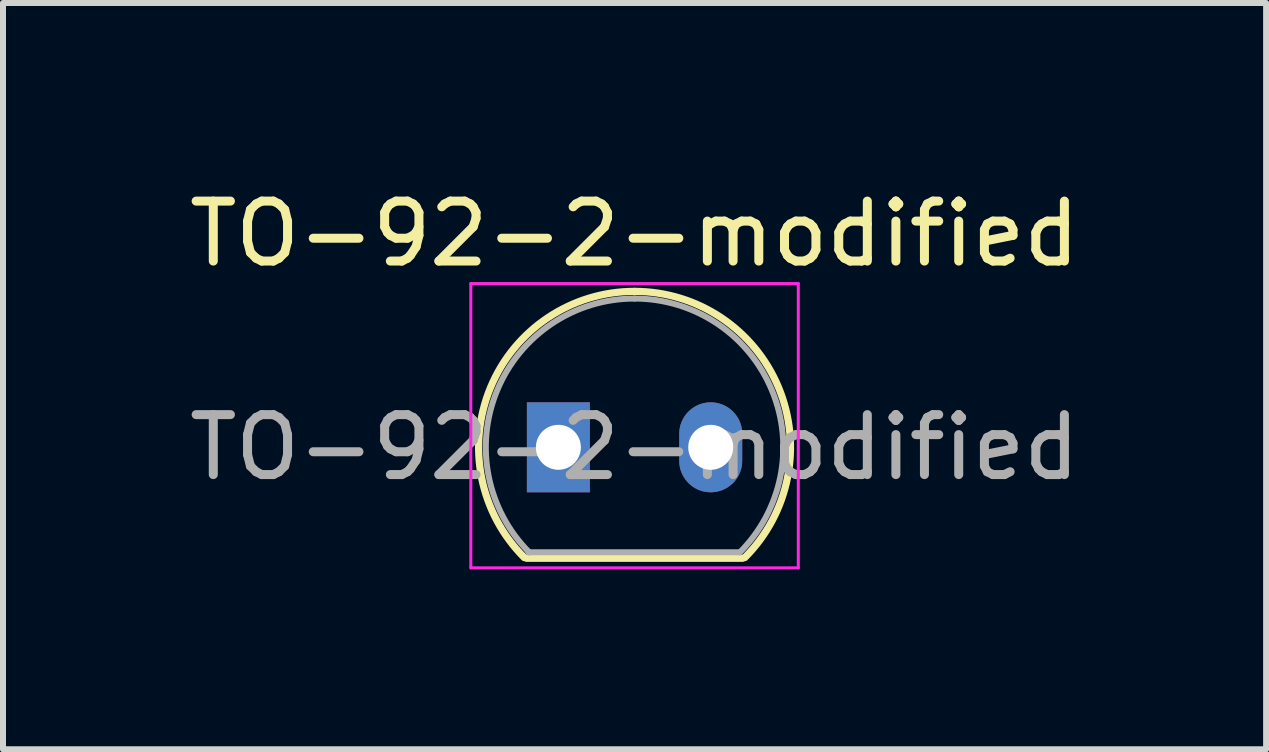
<source format=kicad_pcb>
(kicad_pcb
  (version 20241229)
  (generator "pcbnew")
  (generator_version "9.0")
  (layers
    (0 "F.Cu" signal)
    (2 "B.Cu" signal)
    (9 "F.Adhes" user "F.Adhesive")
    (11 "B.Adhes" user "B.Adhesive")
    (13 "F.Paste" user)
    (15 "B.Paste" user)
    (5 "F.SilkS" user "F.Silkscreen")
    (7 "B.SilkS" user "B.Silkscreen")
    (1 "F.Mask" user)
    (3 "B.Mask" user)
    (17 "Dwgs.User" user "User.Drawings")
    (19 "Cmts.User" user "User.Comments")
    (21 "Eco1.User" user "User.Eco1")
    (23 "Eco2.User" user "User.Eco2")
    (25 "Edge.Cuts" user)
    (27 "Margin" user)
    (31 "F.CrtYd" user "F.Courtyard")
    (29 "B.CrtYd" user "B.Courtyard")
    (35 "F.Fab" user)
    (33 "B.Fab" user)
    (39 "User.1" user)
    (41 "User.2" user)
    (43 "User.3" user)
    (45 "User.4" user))
  (footprint "TO-92-2-modified"
    (layer "F.Cu")
    (at 6.26 4.408)
    (property "Reference" "TO-92-2-modified" (at 1.27 -3.56 0) (layer "F.SilkS") (effects (font (size 1 1) (thickness 0.15))))
    (attr through_hole)
    (fp_line (start -0.53 1.85) (end 3.07 1.85) (stroke (width 0.12) (type solid)) (layer "F.SilkS"))
    (fp_arc (start -0.568478 1.838478) (mid -1.132087 -0.994977) (end 1.27 -2.6) (stroke (width 0.12) (type solid)) (layer "F.SilkS"))
    (fp_arc (start 1.27 -2.6) (mid 3.672087 -0.994977) (end 3.108478 1.838478) (stroke (width 0.12) (type solid)) (layer "F.SilkS"))
    (fp_line (start -1.46 -2.73) (end -1.46 2.01) (stroke (width 0.05) (type solid)) (layer "F.CrtYd"))
    (fp_line (start -1.46 -2.73) (end 4 -2.73) (stroke (width 0.05) (type solid)) (layer "F.CrtYd"))
    (fp_line (start 4 2.01) (end -1.46 2.01) (stroke (width 0.05) (type solid)) (layer "F.CrtYd"))
    (fp_line (start 4 2.01) (end 4 -2.73) (stroke (width 0.05) (type solid)) (layer "F.CrtYd"))
    (fp_line (start -0.5 1.75) (end 3 1.75) (stroke (width 0.1) (type solid)) (layer "F.Fab"))
    (fp_arc (start -0.483625 1.753625) (mid -1.021221 -0.949055) (end 1.27 -2.48) (stroke (width 0.1) (type solid)) (layer "F.Fab"))
    (fp_arc (start 1.27 -2.48) (mid 3.561221 -0.949055) (end 3.023625 1.753625) (stroke (width 0.1) (type solid)) (layer "F.Fab"))
    (fp_text user "${REFERENCE}" (at 1.27 0 0) (layer "F.Fab") (effects (font (size 1 1) (thickness 0.15))))
    (pad "1" thru_hole rect (at 0 0) (size 1.05 1.5) (drill 0.75) (layers "*.Cu" "*.Mask"))
    (pad "3" thru_hole oval (at 2.54 0) (size 1.05 1.5) (drill 0.75) (layers "*.Cu" "*.Mask")))
  (gr_rect
    (start -3 -3)
    (end 18.06 9.443)
    (stroke (width 0.1) (type default))
    (fill no)
    (layer "Edge.Cuts")))
</source>
